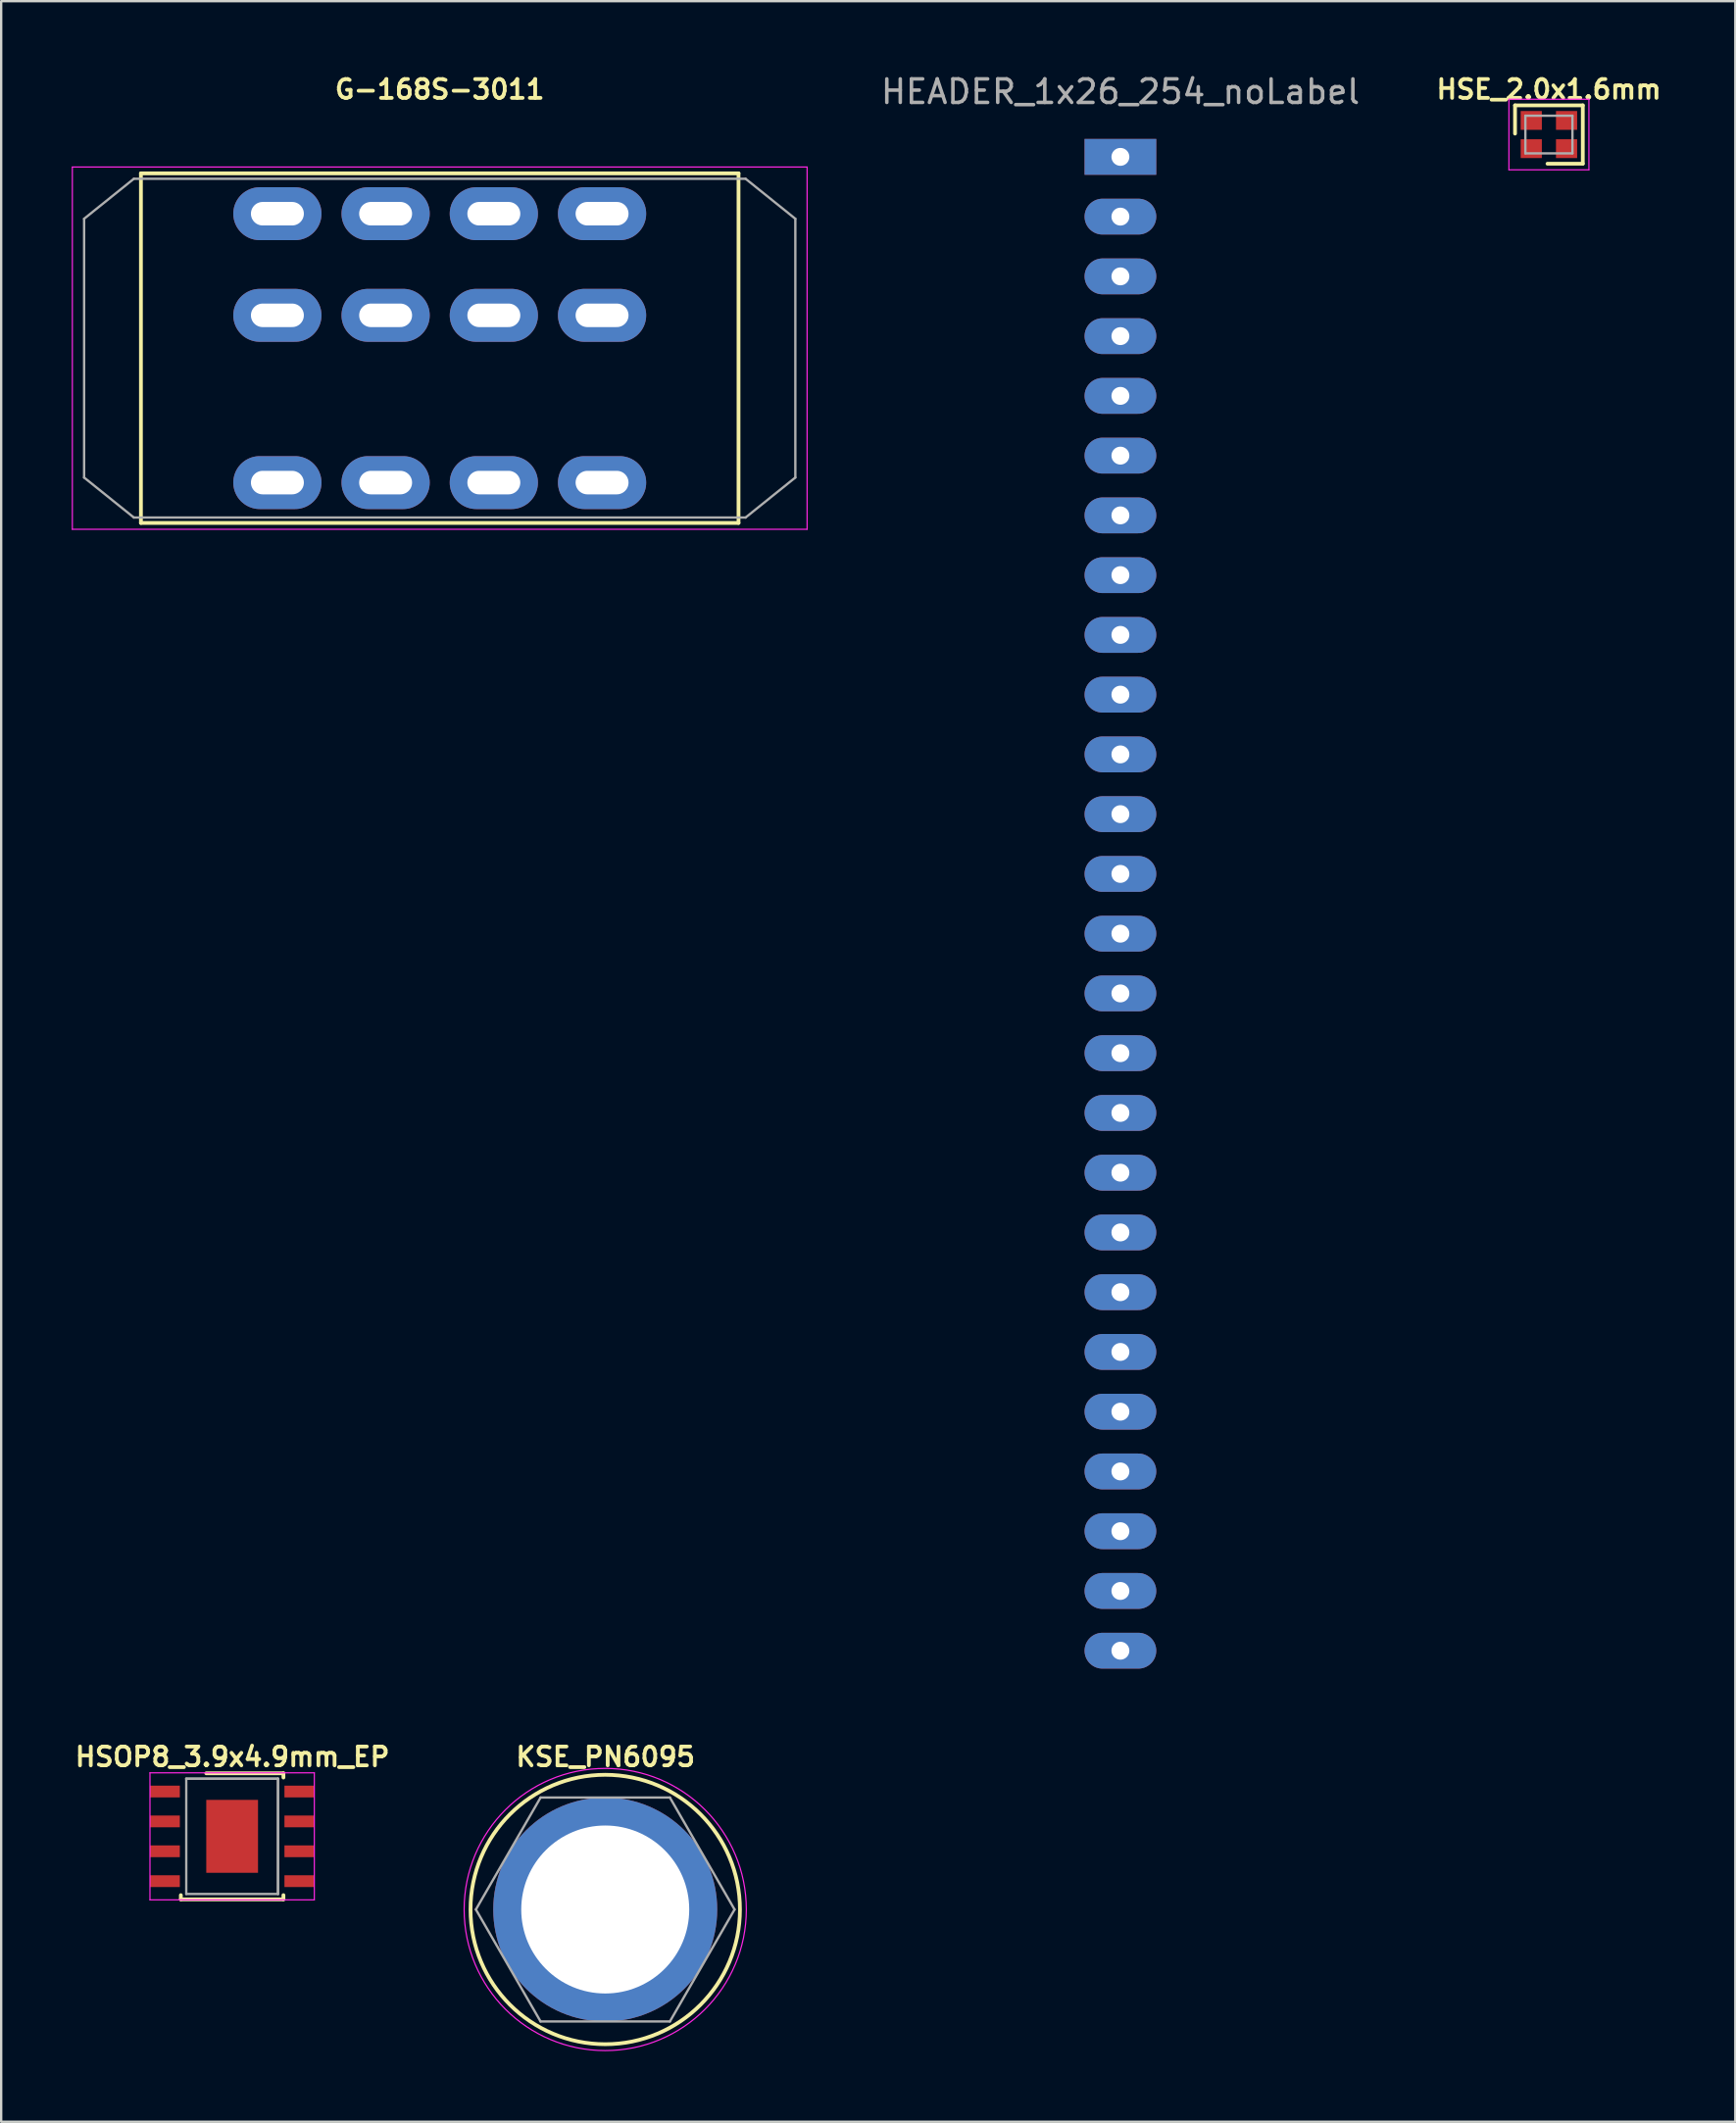
<source format=kicad_pcb>
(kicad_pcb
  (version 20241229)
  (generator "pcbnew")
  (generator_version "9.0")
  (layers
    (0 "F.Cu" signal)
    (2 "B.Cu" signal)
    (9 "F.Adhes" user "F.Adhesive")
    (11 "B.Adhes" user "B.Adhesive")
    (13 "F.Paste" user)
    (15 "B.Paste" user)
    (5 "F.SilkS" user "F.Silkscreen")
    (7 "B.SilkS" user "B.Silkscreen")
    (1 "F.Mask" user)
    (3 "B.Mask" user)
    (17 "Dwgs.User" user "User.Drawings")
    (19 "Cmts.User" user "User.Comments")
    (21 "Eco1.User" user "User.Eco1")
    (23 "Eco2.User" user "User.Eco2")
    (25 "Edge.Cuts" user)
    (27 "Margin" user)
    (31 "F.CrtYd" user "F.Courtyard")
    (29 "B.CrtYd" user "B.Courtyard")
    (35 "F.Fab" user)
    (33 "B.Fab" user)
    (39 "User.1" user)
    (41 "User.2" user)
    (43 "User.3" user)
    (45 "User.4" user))
  (footprint "HSOP8_3.9x4.9mm_EP"
    (layer "F.Cu")
    (at 6.817 75.009)
    (property "Reference" "HSOP8_3.9x4.9mm_EP" (at 0.01 -3.38 0) (layer "F.SilkS") (effects (font (size 0.8 0.8) (thickness 0.16))))
    (attr through_hole)
    (fp_line (start -2.18 2.5) (end -2.18 2.68) (stroke (width 0.16) (type solid)) (layer "F.SilkS"))
    (fp_line (start -1.1 -2.68) (end 2.18 -2.68) (stroke (width 0.16) (type solid)) (layer "F.SilkS"))
    (fp_line (start 2.18 -2.5) (end 2.18 -2.68) (stroke (width 0.16) (type solid)) (layer "F.SilkS"))
    (fp_line (start 2.18 2.5) (end 2.18 2.68) (stroke (width 0.16) (type solid)) (layer "F.SilkS"))
    (fp_line (start 2.18 2.68) (end -2.18 2.68) (stroke (width 0.16) (type solid)) (layer "F.SilkS"))
    (fp_line (start -3.493 -2.7) (end -3.493 2.7) (stroke (width 0.05) (type solid)) (layer "F.CrtYd"))
    (fp_line (start -3.493 -2.7) (end 3.493 -2.7) (stroke (width 0.05) (type solid)) (layer "F.CrtYd"))
    (fp_line (start 3.493 -2.7) (end 3.493 2.7) (stroke (width 0.05) (type solid)) (layer "F.CrtYd"))
    (fp_line (start 3.493 2.7) (end -3.493 2.7) (stroke (width 0.05) (type solid)) (layer "F.CrtYd"))
    (fp_line (start -1.95 -2.45) (end 1.95 -2.45) (stroke (width 0.1) (type solid)) (layer "F.Fab"))
    (fp_line (start -1.95 -2.45) (end 1.95 -2.45) (stroke (width 0.1) (type solid)) (layer "F.Fab"))
    (fp_line (start -1.95 2.45) (end -1.95 -2.45) (stroke (width 0.1) (type solid)) (layer "F.Fab"))
    (fp_line (start 1.95 -2.45) (end 1.95 2.45) (stroke (width 0.1) (type solid)) (layer "F.Fab"))
    (fp_line (start 1.95 -2.45) (end 1.95 2.45) (stroke (width 0.1) (type solid)) (layer "F.Fab"))
    (fp_line (start 1.95 2.45) (end -1.95 2.45) (stroke (width 0.1) (type solid)) (layer "F.Fab"))
    (pad "" smd rect (at 0 -0.775) (size 2 1.35) (layers "F.Paste"))
    (pad "" smd rect (at 0 0.775 180) (size 2 1.35) (layers "F.Paste"))
    (pad "1" smd rect (at -2.858 -1.905) (size 1.27 0.5) (layers "F.Cu" "F.Mask" "F.Paste"))
    (pad "2" smd rect (at -2.858 -0.635) (size 1.27 0.5) (layers "F.Cu" "F.Mask" "F.Paste"))
    (pad "3" smd rect (at -2.858 0.635) (size 1.27 0.5) (layers "F.Cu" "F.Mask" "F.Paste"))
    (pad "4" smd rect (at -2.858 1.905) (size 1.27 0.5) (layers "F.Cu" "F.Mask" "F.Paste"))
    (pad "5" smd rect (at 2.858 1.905) (size 1.27 0.5) (layers "F.Cu" "F.Mask" "F.Paste"))
    (pad "6" smd rect (at 2.858 0.635) (size 1.27 0.5) (layers "F.Cu" "F.Mask" "F.Paste"))
    (pad "7" smd rect (at 2.858 -0.635) (size 1.27 0.5) (layers "F.Cu" "F.Mask" "F.Paste"))
    (pad "8" smd rect (at 2.858 -1.905) (size 1.27 0.5) (layers "F.Cu" "F.Mask" "F.Paste"))
    (pad "25" smd rect (at 0 0) (size 2.2 3.1) (layers "F.Cu" "F.Mask")))
  (footprint "G-168S-3011"
    (layer "F.Cu")
    (at 15.64 11.749)
    (property "Reference" "G-168S-3011" (at 0 -11 0) (layer "F.SilkS") (effects (font (size 0.8 0.8) (thickness 0.16))))
    (attr through_hole)
    (fp_line (start -12.7 -7.43) (end -12.7 7.43) (stroke (width 0.16) (type solid)) (layer "F.SilkS"))
    (fp_line (start -12.7 -7.43) (end 12.7 -7.43) (stroke (width 0.16) (type solid)) (layer "F.SilkS"))
    (fp_line (start 12.7 7.43) (end -12.7 7.43) (stroke (width 0.16) (type solid)) (layer "F.SilkS"))
    (fp_line (start 12.7 7.43) (end 12.7 -7.43) (stroke (width 0.16) (type solid)) (layer "F.SilkS"))
    (fp_line (start -15.615 7.7) (end -15.615 -7.7) (stroke (width 0.05) (type solid)) (layer "F.CrtYd"))
    (fp_line (start -15.615 7.7) (end 15.615 7.7) (stroke (width 0.05) (type solid)) (layer "F.CrtYd"))
    (fp_line (start 15.615 -7.7) (end -15.615 -7.7) (stroke (width 0.05) (type solid)) (layer "F.CrtYd"))
    (fp_line (start 15.615 -7.7) (end 15.615 7.7) (stroke (width 0.05) (type solid)) (layer "F.CrtYd"))
    (fp_line (start -15.115 5.5) (end -15.115 -5.5) (stroke (width 0.1) (type solid)) (layer "F.Fab"))
    (fp_line (start -13 -7.2) (end -15.115 -5.5) (stroke (width 0.1) (type solid)) (layer "F.Fab"))
    (fp_line (start -13 -7.2) (end 13 -7.2) (stroke (width 0.1) (type solid)) (layer "F.Fab"))
    (fp_line (start -13 7.2) (end -15.115 5.5) (stroke (width 0.1) (type solid)) (layer "F.Fab"))
    (fp_line (start 13 -7.2) (end 15.115 -5.5) (stroke (width 0.1) (type solid)) (layer "F.Fab"))
    (fp_line (start 13 7.2) (end -13 7.2) (stroke (width 0.1) (type solid)) (layer "F.Fab"))
    (fp_line (start 13 7.2) (end 15.115 5.5) (stroke (width 0.1) (type solid)) (layer "F.Fab"))
    (fp_line (start 15.115 -5.5) (end 15.115 5.5) (stroke (width 0.1) (type solid)) (layer "F.Fab"))
    (pad "1" thru_hole oval (at -6.9 -5.715) (size 3.75 2.25) (drill oval 2.25 1) (layers "*.Cu" "*.Mask"))
    (pad "2" thru_hole oval (at -2.3 -5.715) (size 3.75 2.25) (drill oval 2.25 1) (layers "*.Cu" "*.Mask"))
    (pad "3" thru_hole oval (at 2.3 -5.715) (size 3.75 2.25) (drill oval 2.25 1) (layers "*.Cu" "*.Mask"))
    (pad "4" thru_hole oval (at 6.9 -5.715) (size 3.75 2.25) (drill oval 2.25 1) (layers "*.Cu" "*.Mask"))
    (pad "5" thru_hole oval (at -6.9 -1.395) (size 3.75 2.25) (drill oval 2.25 1) (layers "*.Cu" "*.Mask"))
    (pad "6" thru_hole oval (at -2.3 -1.395) (size 3.75 2.25) (drill oval 2.25 1) (layers "*.Cu" "*.Mask"))
    (pad "7" thru_hole oval (at 2.3 -1.395) (size 3.75 2.25) (drill oval 2.25 1) (layers "*.Cu" "*.Mask"))
    (pad "8" thru_hole oval (at 6.9 -1.395) (size 3.75 2.25) (drill oval 2.25 1) (layers "*.Cu" "*.Mask"))
    (pad "9" thru_hole oval (at -6.9 5.715) (size 3.75 2.25) (drill oval 2.25 1) (layers "*.Cu" "*.Mask"))
    (pad "10" thru_hole oval (at -2.3 5.715) (size 3.75 2.25) (drill oval 2.25 1) (layers "*.Cu" "*.Mask"))
    (pad "11" thru_hole oval (at 2.3 5.715) (size 3.75 2.25) (drill oval 2.25 1) (layers "*.Cu" "*.Mask"))
    (pad "12" thru_hole oval (at 6.9 5.715) (size 3.75 2.25) (drill oval 2.25 1) (layers "*.Cu" "*.Mask")))
  (footprint "HSE_2.0x1.6mm"
    (layer "F.Cu")
    (at 62.785 2.669)
    (property "Reference" "HSE_2.0x1.6mm" (at 0 -1.92 0) (layer "F.SilkS") (effects (font (size 0.8 0.8) (thickness 0.16))))
    (attr through_hole)
    (fp_line (start -1.44 -0.04) (end -1.44 -1.24) (stroke (width 0.16) (type solid)) (layer "F.SilkS"))
    (fp_line (start -0.06 1.24) (end 1.44 1.24) (stroke (width 0.16) (type solid)) (layer "F.SilkS"))
    (fp_line (start 1.44 -1.24) (end -1.44 -1.24) (stroke (width 0.16) (type solid)) (layer "F.SilkS"))
    (fp_line (start 1.44 -1.24) (end 1.44 1.24) (stroke (width 0.16) (type solid)) (layer "F.SilkS"))
    (fp_line (start -1.7 -1.5) (end 1.7 -1.5) (stroke (width 0.05) (type solid)) (layer "F.CrtYd"))
    (fp_line (start -1.7 1.5) (end -1.7 -1.5) (stroke (width 0.05) (type solid)) (layer "F.CrtYd"))
    (fp_line (start 1.7 -1.5) (end 1.7 1.5) (stroke (width 0.05) (type solid)) (layer "F.CrtYd"))
    (fp_line (start 1.7 1.5) (end -1.7 1.5) (stroke (width 0.05) (type solid)) (layer "F.CrtYd"))
    (fp_line (start -1 -0.8) (end 1 -0.8) (stroke (width 0.1) (type solid)) (layer "F.Fab"))
    (fp_line (start -1 0.8) (end -1 -0.8) (stroke (width 0.1) (type solid)) (layer "F.Fab"))
    (fp_line (start -1 0.8) (end 1 0.8) (stroke (width 0.1) (type solid)) (layer "F.Fab"))
    (fp_line (start 1 -0.8) (end 1 0.8) (stroke (width 0.1) (type solid)) (layer "F.Fab"))
    (pad "1" smd rect (at -0.75 0.6) (size 0.9 0.8) (layers "F.Cu" "F.Mask" "F.Paste"))
    (pad "2" smd rect (at 0.75 0.6) (size 0.9 0.8) (layers "F.Cu" "F.Mask" "F.Paste"))
    (pad "3" smd rect (at 0.75 -0.6) (size 0.9 0.8) (layers "F.Cu" "F.Mask" "F.Paste"))
    (pad "4" smd rect (at -0.75 -0.6) (size 0.9 0.8) (layers "F.Cu" "F.Mask" "F.Paste")))
  (footprint "HEADER_1x26_254_noLabel"
    (layer "F.Cu")
    (at 44.572 35.368)
    (property "Reference" "HEADER_1x26_254_noLabel" (at 0 -34.52 0) (layer "F.Fab") (effects (font (size 1 1) (thickness 0.15))))
    (attr through_hole)
    (pad "1" thru_hole rect (at 0 -31.75) (size 3.048 1.524) (drill 0.762) (layers "*.Cu" "*.Mask"))
    (pad "2" thru_hole oval (at 0 -29.21) (size 3.048 1.524) (drill 0.762) (layers "*.Cu" "*.Mask"))
    (pad "3" thru_hole oval (at 0 -26.67) (size 3.048 1.524) (drill 0.762) (layers "*.Cu" "*.Mask"))
    (pad "4" thru_hole oval (at 0 -24.13) (size 3.048 1.524) (drill 0.762) (layers "*.Cu" "*.Mask"))
    (pad "5" thru_hole oval (at 0 -21.59) (size 3.048 1.524) (drill 0.762) (layers "*.Cu" "*.Mask"))
    (pad "6" thru_hole oval (at 0 -19.05) (size 3.048 1.524) (drill 0.762) (layers "*.Cu" "*.Mask"))
    (pad "7" thru_hole oval (at 0 -16.51) (size 3.048 1.524) (drill 0.762) (layers "*.Cu" "*.Mask"))
    (pad "8" thru_hole oval (at 0 -13.97) (size 3.048 1.524) (drill 0.762) (layers "*.Cu" "*.Mask"))
    (pad "9" thru_hole oval (at 0 -11.43) (size 3.048 1.524) (drill 0.762) (layers "*.Cu" "*.Mask"))
    (pad "10" thru_hole oval (at 0 -8.89) (size 3.048 1.524) (drill 0.762) (layers "*.Cu" "*.Mask"))
    (pad "11" thru_hole oval (at 0 -6.35) (size 3.048 1.524) (drill 0.762) (layers "*.Cu" "*.Mask"))
    (pad "12" thru_hole oval (at 0 -3.81) (size 3.048 1.524) (drill 0.762) (layers "*.Cu" "*.Mask"))
    (pad "13" thru_hole oval (at 0 -1.27) (size 3.048 1.524) (drill 0.762) (layers "*.Cu" "*.Mask"))
    (pad "14" thru_hole oval (at 0 1.27) (size 3.048 1.524) (drill 0.762) (layers "*.Cu" "*.Mask"))
    (pad "15" thru_hole oval (at 0 3.81) (size 3.048 1.524) (drill 0.762) (layers "*.Cu" "*.Mask"))
    (pad "16" thru_hole oval (at 0 6.35) (size 3.048 1.524) (drill 0.762) (layers "*.Cu" "*.Mask"))
    (pad "17" thru_hole oval (at 0 8.89) (size 3.048 1.524) (drill 0.762) (layers "*.Cu" "*.Mask"))
    (pad "18" thru_hole oval (at 0 11.43) (size 3.048 1.524) (drill 0.762) (layers "*.Cu" "*.Mask"))
    (pad "19" thru_hole oval (at 0 13.97) (size 3.048 1.524) (drill 0.762) (layers "*.Cu" "*.Mask"))
    (pad "20" thru_hole oval (at 0 16.51) (size 3.048 1.524) (drill 0.762) (layers "*.Cu" "*.Mask"))
    (pad "21" thru_hole oval (at 0 19.05) (size 3.048 1.524) (drill 0.762) (layers "*.Cu" "*.Mask"))
    (pad "22" thru_hole oval (at 0 21.59) (size 3.048 1.524) (drill 0.762) (layers "*.Cu" "*.Mask"))
    (pad "23" thru_hole oval (at 0 24.13) (size 3.048 1.524) (drill 0.762) (layers "*.Cu" "*.Mask"))
    (pad "24" thru_hole oval (at 0 26.67) (size 3.048 1.524) (drill 0.762) (layers "*.Cu" "*.Mask"))
    (pad "25" thru_hole oval (at 0 29.21) (size 3.048 1.524) (drill 0.762) (layers "*.Cu" "*.Mask"))
    (pad "26" thru_hole oval (at 0 31.75) (size 3.048 1.524) (drill 0.762) (layers "*.Cu" "*.Mask")))
  (footprint "KSE_PN6095"
    (layer "F.Cu")
    (at 22.675 78.119)
    (property "Reference" "KSE_PN6095" (at 0.01 -6.49 0) (layer "F.SilkS") (effects (font (size 0.8 0.8) (thickness 0.16))))
    (attr through_hole)
    (fp_circle (center 0 0) (end 5.726 0) (stroke (width 0.16) (type solid)) (fill no) (layer "F.SilkS"))
    (fp_circle (center 0 0) (end 5.997 0) (stroke (width 0.05) (type solid)) (fill no) (layer "F.CrtYd"))
    (fp_line (start -2.748 -4.76) (end -5.497 0) (stroke (width 0.1) (type solid)) (layer "F.Fab"))
    (fp_line (start -2.748 -4.76) (end 2.748 -4.76) (stroke (width 0.1) (type solid)) (layer "F.Fab"))
    (fp_line (start -2.748 4.76) (end -5.497 0) (stroke (width 0.1) (type solid)) (layer "F.Fab"))
    (fp_line (start 2.748 -4.76) (end 5.497 0) (stroke (width 0.1) (type solid)) (layer "F.Fab"))
    (fp_line (start 2.748 4.76) (end -2.748 4.76) (stroke (width 0.1) (type solid)) (layer "F.Fab"))
    (fp_line (start 2.748 4.76) (end 5.497 0) (stroke (width 0.1) (type solid)) (layer "F.Fab"))
    (pad "1" thru_hole circle (at 0 0) (size 9.52 9.52) (drill 7.14) (layers "*.Cu" "*.Mask")))
  (gr_rect
    (start -3 -3)
    (end 70.707 87.141)
    (stroke (width 0.1) (type default))
    (fill no)
    (layer "Edge.Cuts")))
</source>
